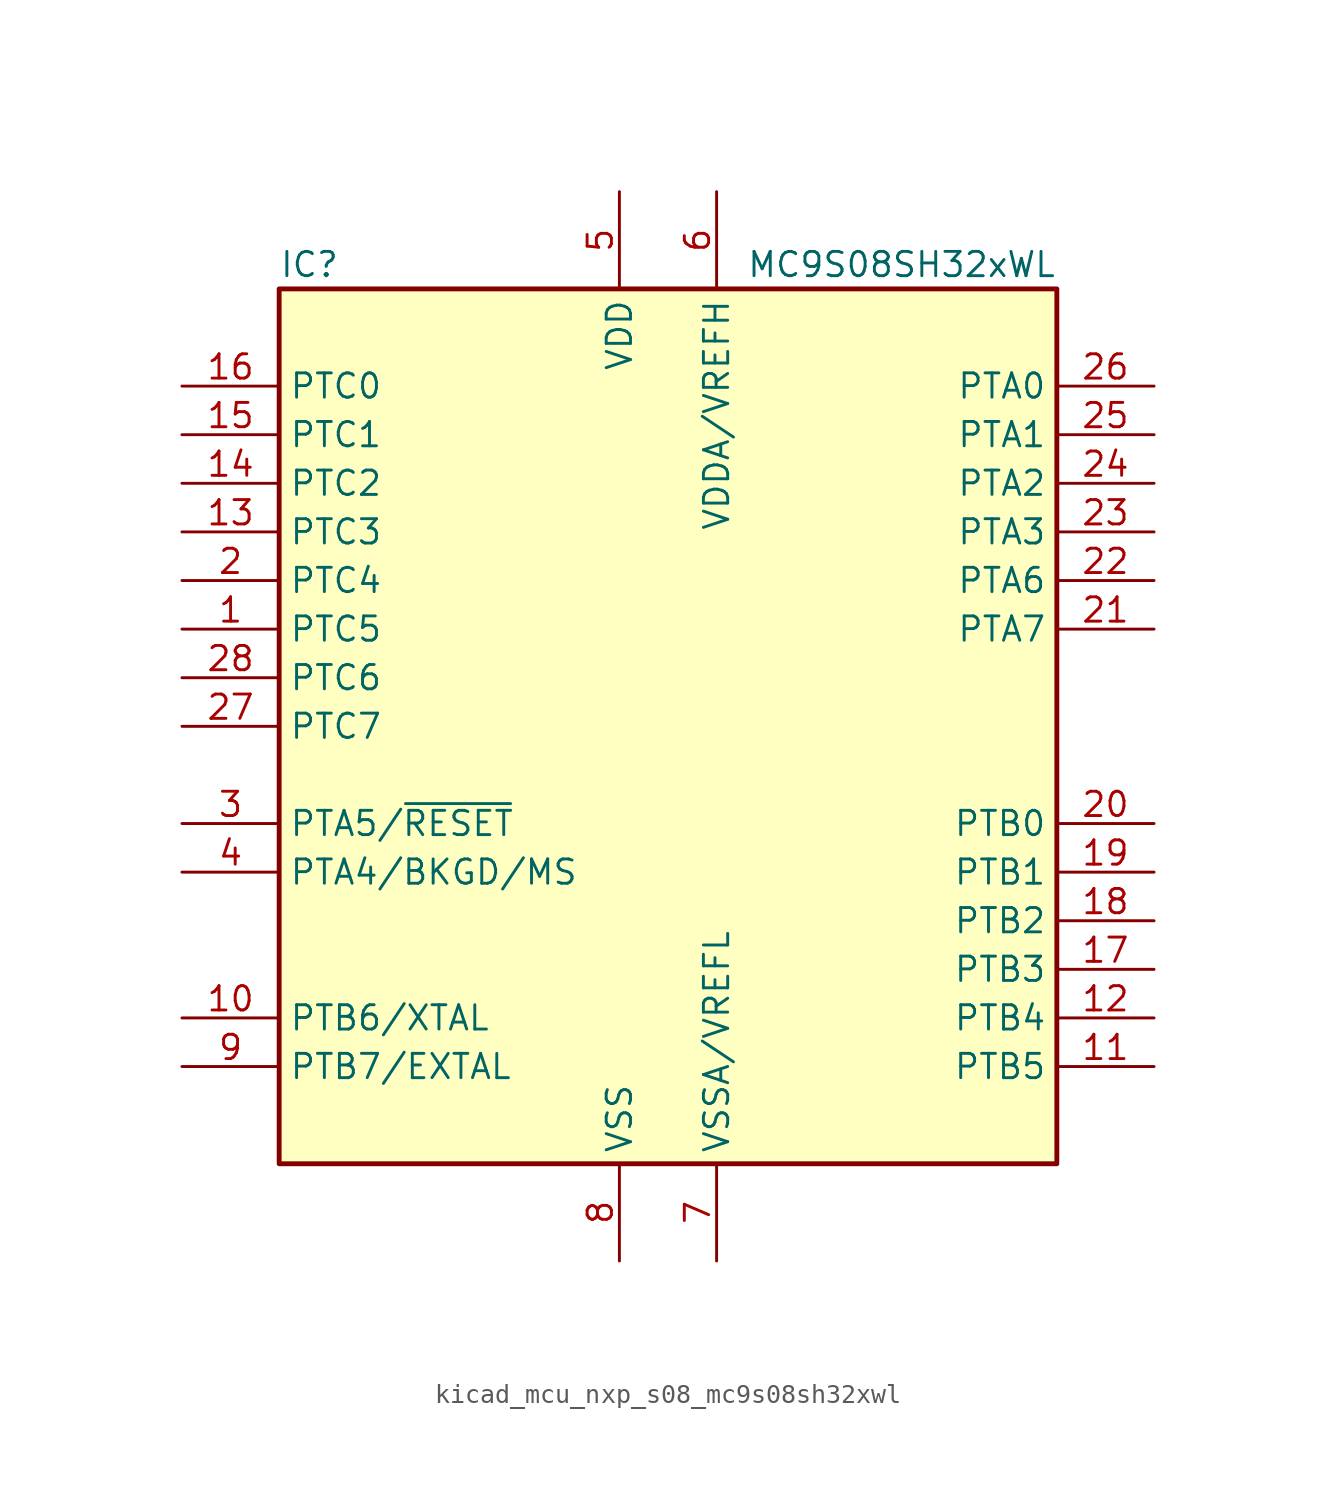
<source format=kicad_sym>
(kicad_symbol_lib
  (version 20220914)
  (generator kicad_symbol_editor)
  (symbol "kicad_mcu_nxp_s08_mc9s08sh32xwl"
    (property "Reference" "IC"
      (at -20.32 24.13 0)
      (effects (font (size 1.27 1.27)) (justify left)))
    (property "Value" "MC9S08SH32xWL"
      (at 20.32 24.13 0)
      (effects (font (size 1.27 1.27)) (justify right)))
    (symbol "kicad_mcu_nxp_s08_mc9s08sh32xwl_0_1"
      (rectangle (start -20.32 22.86) (end 20.32 -22.86) (stroke (width 0.254) (type default)) (fill (type background))))
    (symbol "kicad_mcu_nxp_s08_mc9s08sh32xwl_1_1"
      (pin bidirectional line (at -25.4 5.08 0) (length 5.08) (name "PTC5" (effects (font (size 1.27 1.27)))) (number "1" (effects (font (size 1.27 1.27)))))
      (pin bidirectional line (at -25.4 -15.24 0) (length 5.08) (name "PTB6/XTAL" (effects (font (size 1.27 1.27)))) (number "10" (effects (font (size 1.27 1.27)))))
      (pin bidirectional line (at 25.4 -17.78 180) (length 5.08) (name "PTB5" (effects (font (size 1.27 1.27)))) (number "11" (effects (font (size 1.27 1.27)))))
      (pin bidirectional line (at 25.4 -15.24 180) (length 5.08) (name "PTB4" (effects (font (size 1.27 1.27)))) (number "12" (effects (font (size 1.27 1.27)))))
      (pin bidirectional line (at -25.4 10.16 0) (length 5.08) (name "PTC3" (effects (font (size 1.27 1.27)))) (number "13" (effects (font (size 1.27 1.27)))))
      (pin bidirectional line (at -25.4 12.7 0) (length 5.08) (name "PTC2" (effects (font (size 1.27 1.27)))) (number "14" (effects (font (size 1.27 1.27)))))
      (pin bidirectional line (at -25.4 15.24 0) (length 5.08) (name "PTC1" (effects (font (size 1.27 1.27)))) (number "15" (effects (font (size 1.27 1.27)))))
      (pin bidirectional line (at -25.4 17.78 0) (length 5.08) (name "PTC0" (effects (font (size 1.27 1.27)))) (number "16" (effects (font (size 1.27 1.27)))))
      (pin bidirectional line (at 25.4 -12.7 180) (length 5.08) (name "PTB3" (effects (font (size 1.27 1.27)))) (number "17" (effects (font (size 1.27 1.27)))))
      (pin bidirectional line (at 25.4 -10.16 180) (length 5.08) (name "PTB2" (effects (font (size 1.27 1.27)))) (number "18" (effects (font (size 1.27 1.27)))))
      (pin bidirectional line (at 25.4 -7.62 180) (length 5.08) (name "PTB1" (effects (font (size 1.27 1.27)))) (number "19" (effects (font (size 1.27 1.27)))))
      (pin bidirectional line (at -25.4 7.62 0) (length 5.08) (name "PTC4" (effects (font (size 1.27 1.27)))) (number "2" (effects (font (size 1.27 1.27)))))
      (pin bidirectional line (at 25.4 -5.08 180) (length 5.08) (name "PTB0" (effects (font (size 1.27 1.27)))) (number "20" (effects (font (size 1.27 1.27)))))
      (pin bidirectional line (at 25.4 5.08 180) (length 5.08) (name "PTA7" (effects (font (size 1.27 1.27)))) (number "21" (effects (font (size 1.27 1.27)))))
      (pin bidirectional line (at 25.4 7.62 180) (length 5.08) (name "PTA6" (effects (font (size 1.27 1.27)))) (number "22" (effects (font (size 1.27 1.27)))))
      (pin bidirectional line (at 25.4 10.16 180) (length 5.08) (name "PTA3" (effects (font (size 1.27 1.27)))) (number "23" (effects (font (size 1.27 1.27)))))
      (pin bidirectional line (at 25.4 12.7 180) (length 5.08) (name "PTA2" (effects (font (size 1.27 1.27)))) (number "24" (effects (font (size 1.27 1.27)))))
      (pin bidirectional line (at 25.4 15.24 180) (length 5.08) (name "PTA1" (effects (font (size 1.27 1.27)))) (number "25" (effects (font (size 1.27 1.27)))))
      (pin bidirectional line (at 25.4 17.78 180) (length 5.08) (name "PTA0" (effects (font (size 1.27 1.27)))) (number "26" (effects (font (size 1.27 1.27)))))
      (pin bidirectional line (at -25.4 0 0) (length 5.08) (name "PTC7" (effects (font (size 1.27 1.27)))) (number "27" (effects (font (size 1.27 1.27)))))
      (pin bidirectional line (at -25.4 2.54 0) (length 5.08) (name "PTC6" (effects (font (size 1.27 1.27)))) (number "28" (effects (font (size 1.27 1.27)))))
      (pin bidirectional line (at -25.4 -5.08 0) (length 5.08) (name "PTA5/~{RESET}" (effects (font (size 1.27 1.27)))) (number "3" (effects (font (size 1.27 1.27)))))
      (pin bidirectional line (at -25.4 -7.62 0) (length 5.08) (name "PTA4/BKGD/MS" (effects (font (size 1.27 1.27)))) (number "4" (effects (font (size 1.27 1.27)))))
      (pin power_in line (at -2.54 27.94 270) (length 5.08) (name "VDD" (effects (font (size 1.27 1.27)))) (number "5" (effects (font (size 1.27 1.27)))))
      (pin power_in line (at 2.54 27.94 270) (length 5.08) (name "VDDA/VREFH" (effects (font (size 1.27 1.27)))) (number "6" (effects (font (size 1.27 1.27)))))
      (pin power_in line (at 2.54 -27.94 90) (length 5.08) (name "VSSA/VREFL" (effects (font (size 1.27 1.27)))) (number "7" (effects (font (size 1.27 1.27)))))
      (pin power_in line (at -2.54 -27.94 90) (length 5.08) (name "VSS" (effects (font (size 1.27 1.27)))) (number "8" (effects (font (size 1.27 1.27)))))
      (pin bidirectional line (at -25.4 -17.78 0) (length 5.08) (name "PTB7/EXTAL" (effects (font (size 1.27 1.27)))) (number "9" (effects (font (size 1.27 1.27))))))))
</source>
